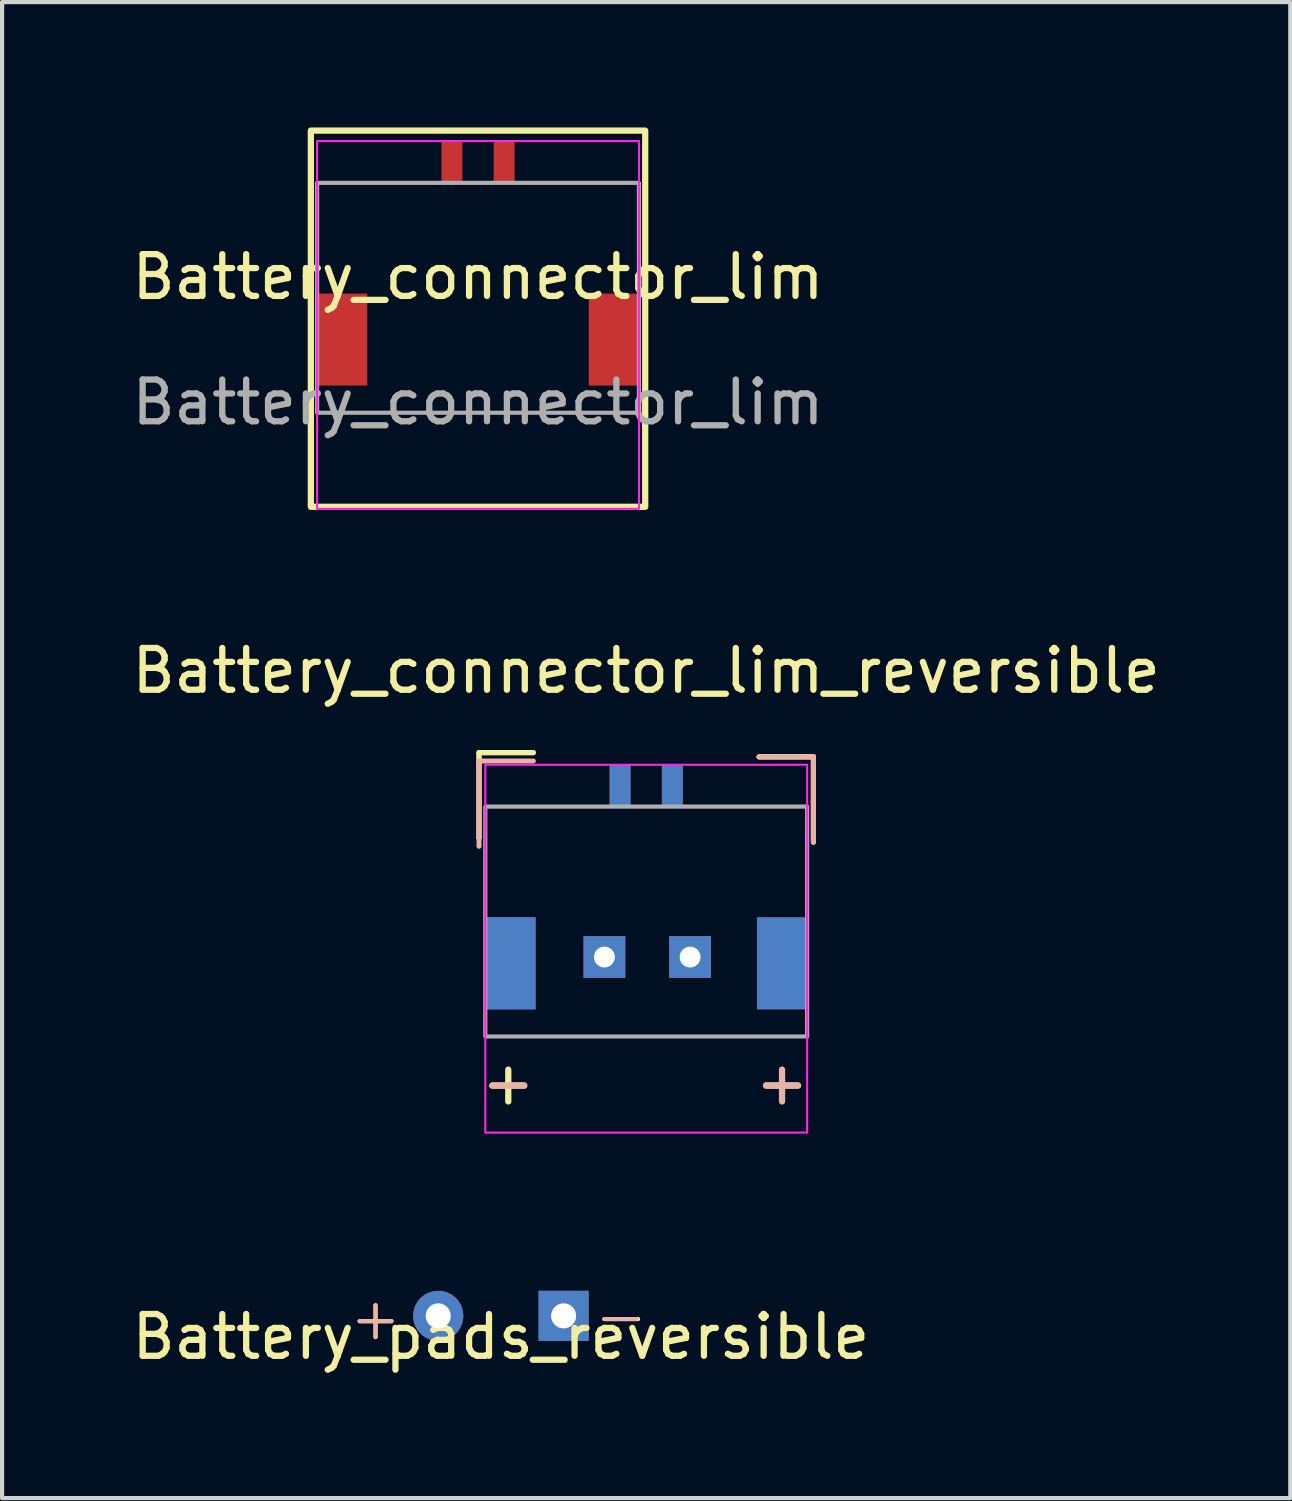
<source format=kicad_pcb>
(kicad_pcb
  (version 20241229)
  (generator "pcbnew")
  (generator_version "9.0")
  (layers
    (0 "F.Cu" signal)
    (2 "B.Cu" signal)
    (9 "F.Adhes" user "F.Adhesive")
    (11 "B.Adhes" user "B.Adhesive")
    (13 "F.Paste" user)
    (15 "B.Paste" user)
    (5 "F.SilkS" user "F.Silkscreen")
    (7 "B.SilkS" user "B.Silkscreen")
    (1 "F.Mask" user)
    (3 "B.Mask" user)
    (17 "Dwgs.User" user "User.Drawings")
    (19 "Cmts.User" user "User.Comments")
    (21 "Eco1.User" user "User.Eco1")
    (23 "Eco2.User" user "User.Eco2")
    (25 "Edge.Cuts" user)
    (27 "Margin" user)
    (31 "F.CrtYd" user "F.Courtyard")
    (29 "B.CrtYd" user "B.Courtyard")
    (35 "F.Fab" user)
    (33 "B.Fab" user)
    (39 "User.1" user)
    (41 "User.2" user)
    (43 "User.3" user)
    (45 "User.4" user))
  (footprint "Battery_connector_lim"
    (layer "F.Cu")
    (at 8.387 4.075)
    (property "Reference" "Battery_connector_lim" (at 0 -0.5 0) (unlocked yes) (layer "F.SilkS") (effects (font (size 1 1) (thickness 0.15))))
    (attr smd)
    (fp_rect (start -4 -4) (end 4 5) (stroke (width 0.15) (type solid)) (fill no) (layer "F.SilkS"))
    (fp_rect (start -4 -4) (end 4 5) (stroke (width 0.12) (type solid)) (fill no) (layer "Eco2.User"))
    (fp_rect (start -3.85 -3.75) (end 3.85 5.05) (stroke (width 0.05) (type solid)) (fill no) (layer "F.CrtYd"))
    (fp_rect (start -3.85 -2.75) (end 3.85 2.75) (stroke (width 0.1) (type solid)) (fill no) (layer "F.Fab"))
    (fp_text user "${REFERENCE}" (at 0 2.5 0) (unlocked yes) (layer "F.Fab") (effects (font (size 1 1) (thickness 0.15))))
    (pad "" smd rect (at -3.25 1) (size 1.2 2.2) (layers "F.Cu" "F.Mask" "F.Paste"))
    (pad "" smd rect (at 3.25 1) (size 1.2 2.2) (layers "F.Cu" "F.Mask" "F.Paste"))
    (pad "1" smd rect (at -0.625 -3.25) (size 0.5 1) (layers "F.Cu" "F.Mask" "F.Paste"))
    (pad "2" smd rect (at 0.625 -3.25) (size 0.5 1) (layers "F.Cu" "F.Mask" "F.Paste")))
  (footprint "Battery_pads_reversible"
    (layer "F.Cu")
    (at 8.935 28.433)
    (property "Reference" "Battery_pads_reversible" (at 0 0.5 180) (layer "F.SilkS") (effects (font (size 1 1) (thickness 0.15))))
    (fp_rect (start -2.7 -1.3) (end 2.7 1.3) (stroke (width 0.12) (type solid)) (fill no) (layer "Eco2.User"))
    (fp_text user "+" (at -3 0.05 180) (layer "F.SilkS") (effects (font (size 1 1) (thickness 0.1))))
    (fp_text user "-" (at 2.9 0 180) (layer "F.SilkS") (effects (font (size 1 1) (thickness 0.1))))
    (fp_text user "+" (at -3 0.05 180) (layer "B.SilkS") (effects (font (size 1 1) (thickness 0.1)) (justify mirror)))
    (fp_text user "-" (at 2.85 0 180) (layer "B.SilkS") (effects (font (size 1 1) (thickness 0.1)) (justify mirror)))
    (pad "bat+" thru_hole circle (at -1.5 0) (size 1.2 1.2) (drill 0.6) (layers "*.Cu" "*.Mask"))
    (pad "bat-" thru_hole rect (at 1.5 0) (size 1.2 1.2) (drill 0.6) (layers "*.Cu" "*.Mask")))
  (footprint "Battery_connector_lim_reversible"
    (layer "F.Cu")
    (at 12.411 18.998)
    (property "Reference" "Battery_connector_lim_reversible" (at 0 -6 0) (unlocked yes) (layer "F.SilkS") (effects (font (size 1 1) (thickness 0.15))))
    (attr smd)
    (fp_line (start -4 -4.04) (end -4 -2) (stroke (width 0.12) (type solid)) (layer "F.SilkS"))
    (fp_line (start -4 -4.04) (end -4 -2) (stroke (width 0.12) (type solid)) (layer "F.SilkS"))
    (fp_line (start -2.7 -4.04) (end -4 -4.04) (stroke (width 0.12) (type solid)) (layer "F.SilkS"))
    (fp_line (start -2.7 -4.04) (end -4 -4.04) (stroke (width 0.12) (type solid)) (layer "F.SilkS"))
    (fp_line (start 2.7 -3.94) (end 4 -3.94) (stroke (width 0.12) (type solid)) (layer "F.SilkS"))
    (fp_line (start 2.7 -3.94) (end 4 -3.94) (stroke (width 0.12) (type solid)) (layer "F.SilkS"))
    (fp_line (start 4 -3.94) (end 4 -1.9) (stroke (width 0.12) (type solid)) (layer "F.SilkS"))
    (fp_line (start 4 -3.94) (end 4 -1.9) (stroke (width 0.12) (type solid)) (layer "F.SilkS"))
    (fp_line (start -4 -3.84) (end -4 -1.8) (stroke (width 0.12) (type solid)) (layer "B.SilkS"))
    (fp_line (start -2.7 -3.84) (end -4 -3.84) (stroke (width 0.12) (type solid)) (layer "B.SilkS"))
    (fp_line (start 2.7 -3.94) (end 4 -3.94) (stroke (width 0.12) (type solid)) (layer "B.SilkS"))
    (fp_line (start 4 -3.94) (end 4 -1.9) (stroke (width 0.12) (type solid)) (layer "B.SilkS"))
    (fp_rect (start -4 -4) (end 4 5) (stroke (width 0.12) (type solid)) (fill no) (layer "Eco2.User"))
    (fp_rect (start -3.85 -3.75) (end 3.85 5.05) (stroke (width 0.05) (type solid)) (fill no) (layer "F.CrtYd"))
    (fp_rect (start -3.85 -2.75) (end 3.85 2.75) (stroke (width 0.1) (type solid)) (fill no) (layer "F.Fab"))
    (fp_text user "-" (at 3.25 3.85 0) (unlocked yes) (layer "F.SilkS") (effects (font (size 1 1) (thickness 0.15))))
    (fp_text user "+" (at -3.3 3.85 0) (unlocked yes) (layer "F.SilkS") (effects (font (size 1 1) (thickness 0.15))))
    (fp_text user "+" (at 3.25 3.85 0) (unlocked yes) (layer "B.SilkS") (effects (font (size 1 1) (thickness 0.15))))
    (fp_text user "-" (at -3.3 3.85 0) (unlocked yes) (layer "B.SilkS") (effects (font (size 1 1) (thickness 0.15))))
    (pad "" smd rect (at -3.25 1) (size 1.2 2.2) (layers "F.Cu" "F.Mask" "F.Paste"))
    (pad "" smd rect (at -3.25 1) (size 1.2 2.2) (layers "B.Cu" "B.Mask" "B.Paste"))
    (pad "" smd rect (at -3.25 1) (size 1.2 2.2) (layers "B.Cu" "B.Mask" "B.Paste"))
    (pad "" smd rect (at 3.25 1) (size 1.2 2.2) (layers "F.Cu" "F.Mask" "F.Paste"))
    (pad "" smd rect (at 3.25 1) (size 1.2 2.2) (layers "B.Cu" "B.Mask" "B.Paste"))
    (pad "bat+" thru_hole rect (at -1 0.85) (size 1 1) (drill 0.5) (layers "*.Cu" "*.Mask"))
    (pad "bat+" smd rect (at -0.625 -3.25) (size 0.5 1) (layers "F.Cu" "F.Mask" "F.Paste"))
    (pad "bat+" smd rect (at 0.625 -3.25) (size 0.5 1) (layers "B.Cu" "B.Mask" "B.Paste"))
    (pad "bat-" smd rect (at -0.625 -3.25) (size 0.5 1) (layers "B.Cu" "B.Mask" "B.Paste"))
    (pad "bat-" smd rect (at 0.625 -3.25) (size 0.5 1) (layers "F.Cu" "F.Mask" "F.Paste"))
    (pad "bat-" thru_hole rect (at 1.05 0.85) (size 1 1) (drill 0.5) (layers "*.Cu" "*.Mask")))
  (gr_rect
    (start -3 -3)
    (end 27.821 32.793)
    (stroke (width 0.1) (type default))
    (fill no)
    (layer "Edge.Cuts")))
</source>
